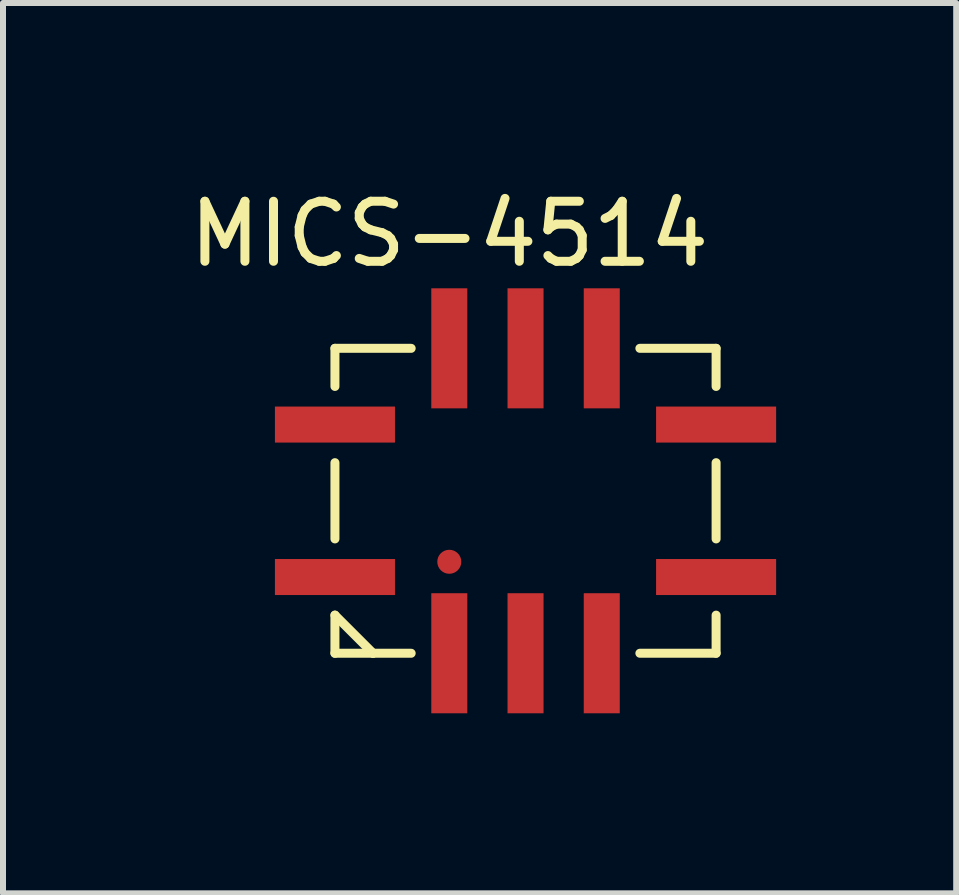
<source format=kicad_pcb>
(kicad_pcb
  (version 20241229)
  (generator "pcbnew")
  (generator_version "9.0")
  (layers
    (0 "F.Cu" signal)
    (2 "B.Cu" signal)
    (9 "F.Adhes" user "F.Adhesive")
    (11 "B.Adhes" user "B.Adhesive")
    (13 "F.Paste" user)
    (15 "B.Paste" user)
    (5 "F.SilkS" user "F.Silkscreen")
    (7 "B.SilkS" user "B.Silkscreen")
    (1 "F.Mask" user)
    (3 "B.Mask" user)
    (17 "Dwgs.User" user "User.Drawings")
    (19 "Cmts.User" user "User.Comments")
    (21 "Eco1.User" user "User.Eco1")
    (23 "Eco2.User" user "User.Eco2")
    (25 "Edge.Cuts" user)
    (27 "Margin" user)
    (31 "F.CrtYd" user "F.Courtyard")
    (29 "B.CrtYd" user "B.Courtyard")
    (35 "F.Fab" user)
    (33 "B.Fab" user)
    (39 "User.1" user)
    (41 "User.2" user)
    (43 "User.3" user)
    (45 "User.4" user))
  (footprint "MICS-4514"
    (layer "F.Cu")
    (at 5.705 5.293)
    (property "Reference" "MICS-4514" (at -1.27 -4.445 0) (layer "F.SilkS") (effects (font (size 1 1) (thickness 0.15))))
    (attr through_hole)
    (fp_line (start -3.175 -2.54) (end -1.905 -2.54) (stroke (width 0.15) (type solid)) (layer "F.SilkS"))
    (fp_line (start -3.175 -1.905) (end -3.175 -2.54) (stroke (width 0.15) (type solid)) (layer "F.SilkS"))
    (fp_line (start -3.175 -0.635) (end -3.175 0.635) (stroke (width 0.15) (type solid)) (layer "F.SilkS"))
    (fp_line (start -3.175 1.905) (end -3.175 2.54) (stroke (width 0.15) (type solid)) (layer "F.SilkS"))
    (fp_line (start -3.175 1.905) (end -2.54 2.54) (stroke (width 0.15) (type solid)) (layer "F.SilkS"))
    (fp_line (start -3.175 2.54) (end -1.905 2.54) (stroke (width 0.15) (type solid)) (layer "F.SilkS"))
    (fp_line (start -2.54 2.54) (end -2.54 2.54) (stroke (width 0.15) (type solid)) (layer "F.SilkS"))
    (fp_line (start 1.905 -2.54) (end 3.175 -2.54) (stroke (width 0.15) (type solid)) (layer "F.SilkS"))
    (fp_line (start 3.175 -2.54) (end 3.175 -1.905) (stroke (width 0.15) (type solid)) (layer "F.SilkS"))
    (fp_line (start 3.175 -0.635) (end 3.175 0.635) (stroke (width 0.15) (type solid)) (layer "F.SilkS"))
    (fp_line (start 3.175 1.905) (end 3.175 2.54) (stroke (width 0.15) (type solid)) (layer "F.SilkS"))
    (fp_line (start 3.175 2.54) (end 1.905 2.54) (stroke (width 0.15) (type solid)) (layer "F.SilkS"))
    (pad "" smd circle (at -1.27 1.016 90) (size 0.4 0.4) (layers "F.Cu" "F.Mask" "F.Paste"))
    (pad "1" smd rect (at -1.27 2.54) (size 0.6 2) (layers "F.Cu" "F.Mask" "F.Paste"))
    (pad "2" smd rect (at 0 2.54) (size 0.6 2) (layers "F.Cu" "F.Mask" "F.Paste"))
    (pad "3" smd rect (at 1.27 2.54) (size 0.6 2) (layers "F.Cu" "F.Mask" "F.Paste"))
    (pad "4" smd rect (at 3.175 1.27 90) (size 0.6 2) (layers "F.Cu" "F.Mask" "F.Paste"))
    (pad "5" smd rect (at 3.175 -1.27 90) (size 0.6 2) (layers "F.Cu" "F.Mask" "F.Paste"))
    (pad "6" smd rect (at 1.27 -2.54) (size 0.6 2) (layers "F.Cu" "F.Mask" "F.Paste"))
    (pad "7" smd rect (at 0 -2.54) (size 0.6 2) (layers "F.Cu" "F.Mask" "F.Paste"))
    (pad "8" smd rect (at -1.27 -2.54) (size 0.6 2) (layers "F.Cu" "F.Mask" "F.Paste"))
    (pad "9" smd rect (at -3.175 -1.27 90) (size 0.6 2) (layers "F.Cu" "F.Mask" "F.Paste"))
    (pad "10" smd rect (at -3.175 1.27 90) (size 0.6 2) (layers "F.Cu" "F.Mask" "F.Paste")))
  (gr_rect
    (start -3 -3)
    (end 12.88 11.833)
    (stroke (width 0.1) (type default))
    (fill no)
    (layer "Edge.Cuts")))
</source>
